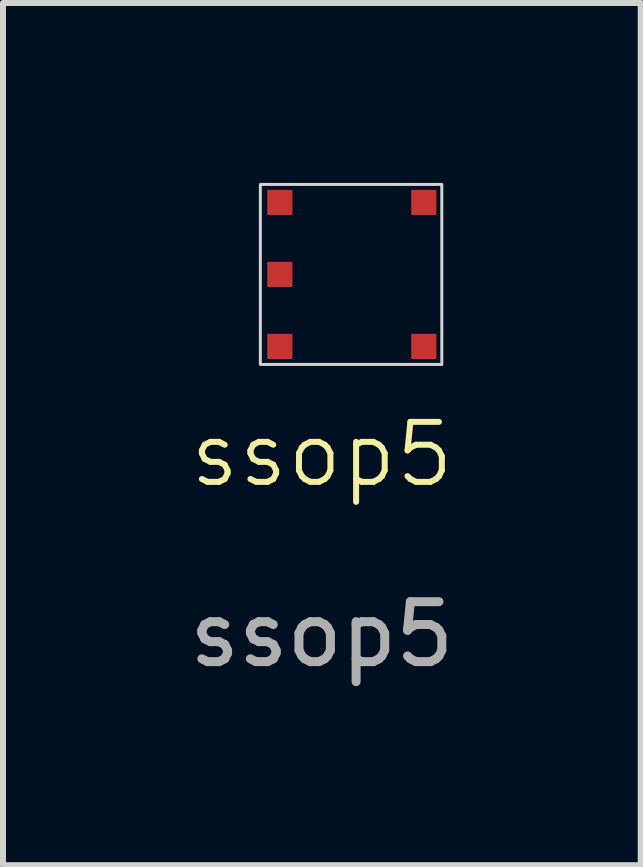
<source format=kicad_pcb>
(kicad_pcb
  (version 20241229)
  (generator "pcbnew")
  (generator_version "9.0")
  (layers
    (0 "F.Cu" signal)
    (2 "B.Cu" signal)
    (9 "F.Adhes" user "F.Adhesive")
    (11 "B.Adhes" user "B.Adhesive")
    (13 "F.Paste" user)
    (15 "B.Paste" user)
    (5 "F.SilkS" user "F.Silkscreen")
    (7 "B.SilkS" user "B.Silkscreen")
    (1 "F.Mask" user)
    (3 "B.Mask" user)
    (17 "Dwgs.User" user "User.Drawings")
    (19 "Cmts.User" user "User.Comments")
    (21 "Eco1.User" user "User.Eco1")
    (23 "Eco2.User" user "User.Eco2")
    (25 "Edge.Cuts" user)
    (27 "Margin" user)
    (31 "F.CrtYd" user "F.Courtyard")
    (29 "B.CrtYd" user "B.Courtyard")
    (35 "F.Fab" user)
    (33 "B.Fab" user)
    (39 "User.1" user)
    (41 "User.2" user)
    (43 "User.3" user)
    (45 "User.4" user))
  (footprint "ssop5"
    (layer "F.Cu")
    (at 2.315 5.025)
    (property "Reference" "ssop5" (at 0 -0.5 0) (unlocked yes) (layer "F.SilkS") (effects (font (size 1 1) (thickness 0.1))))
    (fp_rect (start -1.025 -5) (end 2 -2) (stroke (width 0.05) (type default)) (fill no) (layer "Edge.Cuts"))
    (fp_text user "${REFERENCE}" (at 0 2.5 0) (unlocked yes) (layer "F.Fab") (effects (font (size 1 1) (thickness 0.15))))
    (pad "1" connect rect (at -0.7 -4.7) (size 0.42 0.42) (layers "F.Cu" "F.Mask"))
    (pad "2" connect rect (at -0.7 -3.5) (size 0.42 0.42) (layers "F.Cu" "F.Mask"))
    (pad "3" connect rect (at -0.7 -2.3) (size 0.42 0.42) (layers "F.Cu" "F.Mask"))
    (pad "4" connect rect (at 1.7 -4.7) (size 0.42 0.42) (layers "F.Cu" "F.Mask"))
    (pad "5" connect rect (at 1.7 -2.3) (size 0.42 0.42) (layers "F.Cu" "F.Mask")))
  (gr_rect
    (start -3 -3)
    (end 7.631 11.373)
    (stroke (width 0.1) (type default))
    (fill no)
    (layer "Edge.Cuts")))
</source>
